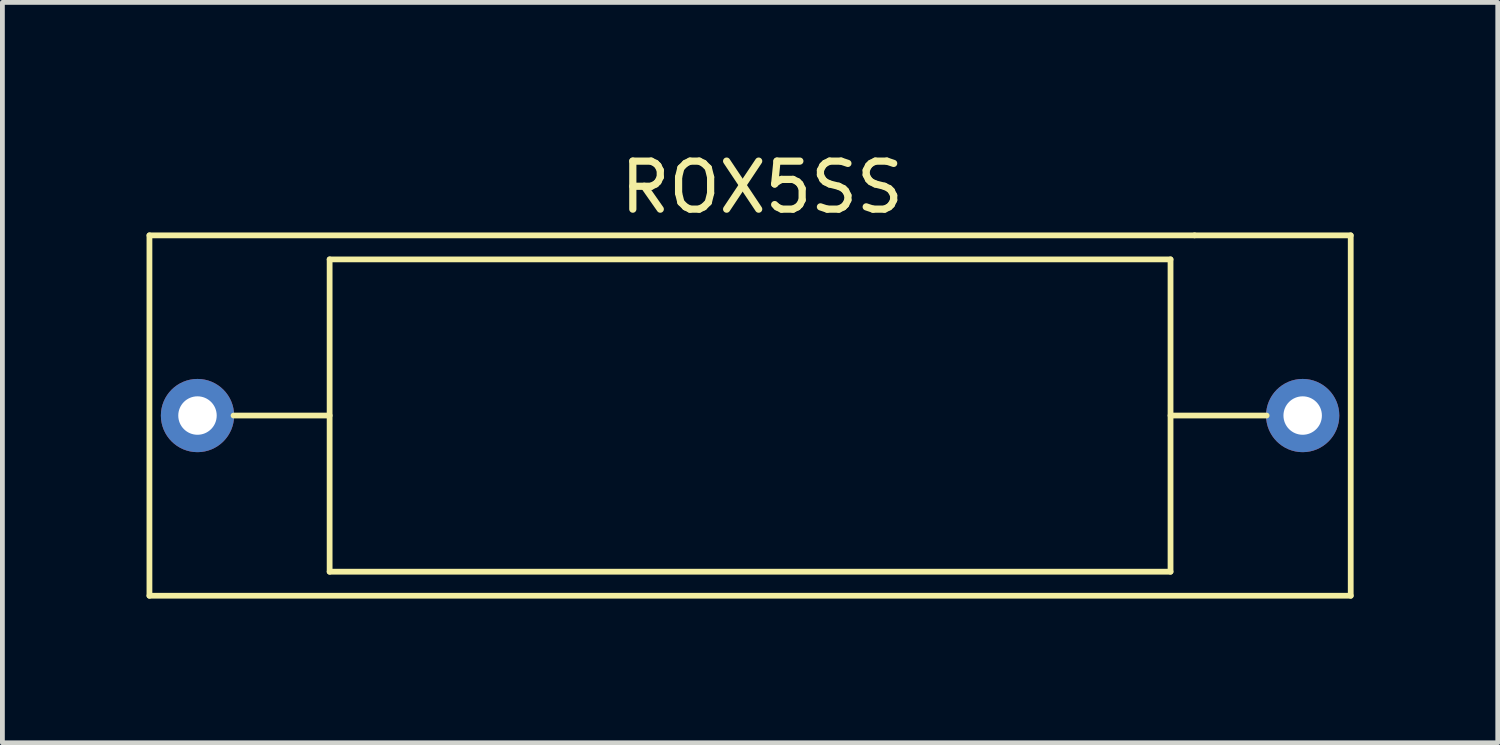
<source format=kicad_pcb>
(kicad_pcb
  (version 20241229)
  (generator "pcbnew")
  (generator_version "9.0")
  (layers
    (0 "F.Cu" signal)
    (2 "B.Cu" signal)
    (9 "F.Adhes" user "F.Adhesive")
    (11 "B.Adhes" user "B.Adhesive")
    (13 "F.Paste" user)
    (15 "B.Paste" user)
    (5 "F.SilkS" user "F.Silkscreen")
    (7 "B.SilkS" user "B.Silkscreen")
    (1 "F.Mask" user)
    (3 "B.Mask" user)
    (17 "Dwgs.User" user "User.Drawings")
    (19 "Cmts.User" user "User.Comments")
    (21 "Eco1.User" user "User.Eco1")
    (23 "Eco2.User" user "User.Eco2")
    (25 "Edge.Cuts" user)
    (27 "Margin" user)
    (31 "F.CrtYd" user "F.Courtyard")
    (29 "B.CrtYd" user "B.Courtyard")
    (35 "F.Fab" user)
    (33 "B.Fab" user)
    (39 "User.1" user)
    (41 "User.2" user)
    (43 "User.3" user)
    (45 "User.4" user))
  (footprint "ROX5SS"
    (layer "F.Cu")
    (at 12.56 5.598)
    (property "Reference" "ROX5SS" (at 0.25 -4.75 0) (layer "F.SilkS") (effects (font (size 1 1) (thickness 0.15))))
    (attr through_hole)
    (fp_line (start -12.5 -3.75) (end 9.25 -3.75) (stroke (width 0.12) (type solid)) (layer "F.SilkS"))
    (fp_line (start -12.5 3.75) (end -12.5 -3.75) (stroke (width 0.12) (type solid)) (layer "F.SilkS"))
    (fp_line (start -8.75 -3.25) (end 8.75 -3.25) (stroke (width 0.12) (type solid)) (layer "F.SilkS"))
    (fp_line (start -8.75 0) (end -10.75 0) (stroke (width 0.12) (type solid)) (layer "F.SilkS"))
    (fp_line (start -8.75 3.25) (end -8.75 -3.25) (stroke (width 0.12) (type solid)) (layer "F.SilkS"))
    (fp_line (start 8.75 -3.25) (end 8.75 3.25) (stroke (width 0.12) (type solid)) (layer "F.SilkS"))
    (fp_line (start 8.75 0) (end 10.75 0) (stroke (width 0.12) (type solid)) (layer "F.SilkS"))
    (fp_line (start 8.75 3.25) (end -8.75 3.25) (stroke (width 0.12) (type solid)) (layer "F.SilkS"))
    (fp_line (start 9.25 -3.75) (end 12.5 -3.75) (stroke (width 0.12) (type solid)) (layer "F.SilkS"))
    (fp_line (start 12.5 -3.75) (end 12.5 3.75) (stroke (width 0.12) (type solid)) (layer "F.SilkS"))
    (fp_line (start 12.5 3.75) (end -12.5 3.75) (stroke (width 0.12) (type solid)) (layer "F.SilkS"))
    (pad "1" thru_hole circle (at -11.5 0) (size 1.524 1.524) (drill 0.8) (layers "*.Cu" "*.Mask"))
    (pad "2" thru_hole circle (at 11.5 0) (size 1.524 1.524) (drill 0.8) (layers "*.Cu" "*.Mask")))
  (gr_rect
    (start -3 -3)
    (end 28.12 12.408)
    (stroke (width 0.1) (type default))
    (fill no)
    (layer "Edge.Cuts")))
</source>
